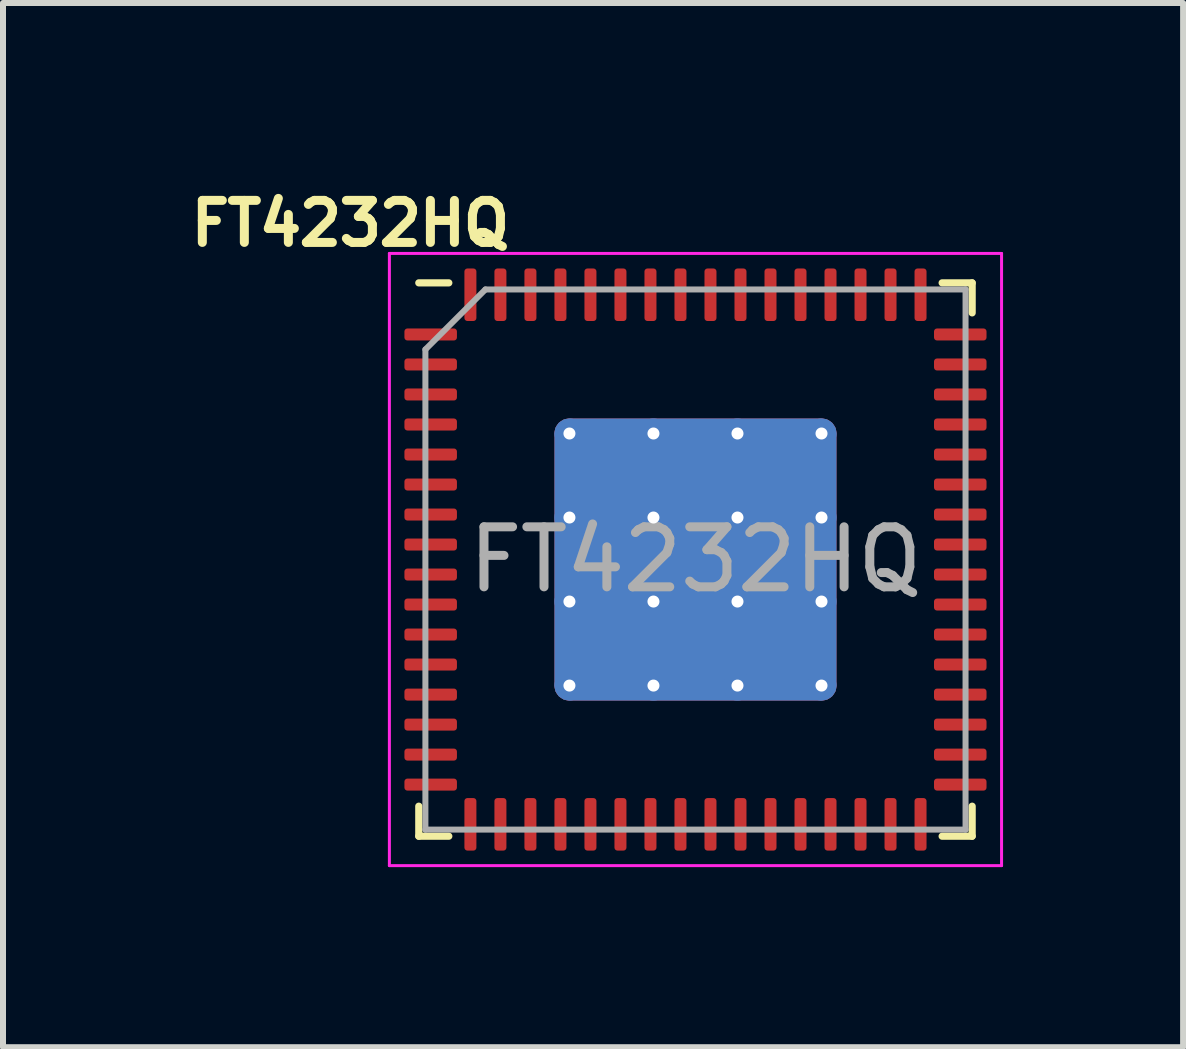
<source format=kicad_pcb>
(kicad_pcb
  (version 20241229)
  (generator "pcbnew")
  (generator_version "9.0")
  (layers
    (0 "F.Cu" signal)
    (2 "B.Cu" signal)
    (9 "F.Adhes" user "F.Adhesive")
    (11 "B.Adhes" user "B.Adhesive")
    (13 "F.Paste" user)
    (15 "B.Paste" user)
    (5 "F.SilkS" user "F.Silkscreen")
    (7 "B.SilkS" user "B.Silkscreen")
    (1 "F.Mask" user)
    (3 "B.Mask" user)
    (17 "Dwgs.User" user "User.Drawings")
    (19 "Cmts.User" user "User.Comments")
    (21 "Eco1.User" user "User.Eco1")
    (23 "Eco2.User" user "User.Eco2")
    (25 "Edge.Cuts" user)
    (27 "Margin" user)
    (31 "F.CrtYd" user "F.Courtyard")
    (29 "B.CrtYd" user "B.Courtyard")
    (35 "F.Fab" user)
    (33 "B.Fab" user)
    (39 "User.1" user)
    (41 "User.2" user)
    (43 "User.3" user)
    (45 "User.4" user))
  (footprint "FT4232HQ"
    (layer "F.Cu")
    (at 8.538 6.273)
    (property "Reference" "FT4232HQ" (at -5.75 -5.6 0) (layer "F.SilkS") (effects (font (size 0.7 0.7) (thickness 0.15))))
    (attr smd)
    (fp_line (start -4.61 4.61) (end -4.61 4.11) (stroke (width 0.12) (type solid)) (layer "F.SilkS"))
    (fp_line (start -4.11 -4.61) (end -4.61 -4.61) (stroke (width 0.12) (type solid)) (layer "F.SilkS"))
    (fp_line (start -4.11 4.61) (end -4.61 4.61) (stroke (width 0.12) (type solid)) (layer "F.SilkS"))
    (fp_line (start 4.11 -4.61) (end 4.61 -4.61) (stroke (width 0.12) (type solid)) (layer "F.SilkS"))
    (fp_line (start 4.11 4.61) (end 4.61 4.61) (stroke (width 0.12) (type solid)) (layer "F.SilkS"))
    (fp_line (start 4.61 -4.61) (end 4.61 -4.11) (stroke (width 0.12) (type solid)) (layer "F.SilkS"))
    (fp_line (start 4.61 4.61) (end 4.61 4.11) (stroke (width 0.12) (type solid)) (layer "F.SilkS"))
    (fp_line (start -5.1 -5.1) (end -5.1 5.1) (stroke (width 0.05) (type solid)) (layer "F.CrtYd"))
    (fp_line (start -5.1 5.1) (end 5.1 5.1) (stroke (width 0.05) (type solid)) (layer "F.CrtYd"))
    (fp_line (start 5.1 -5.1) (end -5.1 -5.1) (stroke (width 0.05) (type solid)) (layer "F.CrtYd"))
    (fp_line (start 5.1 5.1) (end 5.1 -5.1) (stroke (width 0.05) (type solid)) (layer "F.CrtYd"))
    (fp_line (start -4.5 -3.5) (end -3.5 -4.5) (stroke (width 0.1) (type solid)) (layer "F.Fab"))
    (fp_line (start -4.5 4.5) (end -4.5 -3.5) (stroke (width 0.1) (type solid)) (layer "F.Fab"))
    (fp_line (start -3.5 -4.5) (end 4.5 -4.5) (stroke (width 0.1) (type solid)) (layer "F.Fab"))
    (fp_line (start 4.5 -4.5) (end 4.5 4.5) (stroke (width 0.1) (type solid)) (layer "F.Fab"))
    (fp_line (start 4.5 4.5) (end -4.5 4.5) (stroke (width 0.1) (type solid)) (layer "F.Fab"))
    (fp_text user "${REFERENCE}" (at 0 0 0) (layer "F.Fab") (effects (font (size 1 1) (thickness 0.15))))
    (pad "" smd roundrect (at -1.4 -1.4) (size 1.05 1.05) (layers "F.Paste") (roundrect_rratio 0.198))
    (pad "" smd roundrect (at -1.4 0) (size 1.05 1.05) (layers "F.Paste") (roundrect_rratio 0.198))
    (pad "" smd roundrect (at -1.4 1.4) (size 1.05 1.05) (layers "F.Paste") (roundrect_rratio 0.198))
    (pad "" smd roundrect (at 0 -1.4) (size 1.05 1.05) (layers "F.Paste") (roundrect_rratio 0.198))
    (pad "" smd roundrect (at 0 0) (size 1.05 1.05) (layers "F.Paste") (roundrect_rratio 0.198))
    (pad "" smd roundrect (at 0 1.4) (size 1.05 1.05) (layers "F.Paste") (roundrect_rratio 0.198))
    (pad "" smd roundrect (at 1.4 -1.4) (size 1.05 1.05) (layers "F.Paste") (roundrect_rratio 0.198))
    (pad "" smd roundrect (at 1.4 0) (size 1.05 1.05) (layers "F.Paste") (roundrect_rratio 0.198))
    (pad "" smd roundrect (at 1.4 1.4) (size 1.05 1.05) (layers "F.Paste") (roundrect_rratio 0.198))
    (pad "1" smd roundrect (at -4.412 -3.75) (size 0.875 0.2) (layers "F.Cu" "F.Mask" "F.Paste") (roundrect_rratio 0.25))
    (pad "2" smd roundrect (at -4.412 -3.25) (size 0.875 0.2) (layers "F.Cu" "F.Mask" "F.Paste") (roundrect_rratio 0.25))
    (pad "3" smd roundrect (at -4.412 -2.75) (size 0.875 0.2) (layers "F.Cu" "F.Mask" "F.Paste") (roundrect_rratio 0.25))
    (pad "4" smd roundrect (at -4.412 -2.25) (size 0.875 0.2) (layers "F.Cu" "F.Mask" "F.Paste") (roundrect_rratio 0.25))
    (pad "5" smd roundrect (at -4.412 -1.75) (size 0.875 0.2) (layers "F.Cu" "F.Mask" "F.Paste") (roundrect_rratio 0.25))
    (pad "6" smd roundrect (at -4.412 -1.25) (size 0.875 0.2) (layers "F.Cu" "F.Mask" "F.Paste") (roundrect_rratio 0.25))
    (pad "7" smd roundrect (at -4.412 -0.75) (size 0.875 0.2) (layers "F.Cu" "F.Mask" "F.Paste") (roundrect_rratio 0.25))
    (pad "8" smd roundrect (at -4.412 -0.25) (size 0.875 0.2) (layers "F.Cu" "F.Mask" "F.Paste") (roundrect_rratio 0.25))
    (pad "9" smd roundrect (at -4.412 0.25) (size 0.875 0.2) (layers "F.Cu" "F.Mask" "F.Paste") (roundrect_rratio 0.25))
    (pad "10" smd roundrect (at -4.412 0.75) (size 0.875 0.2) (layers "F.Cu" "F.Mask" "F.Paste") (roundrect_rratio 0.25))
    (pad "11" smd roundrect (at -4.412 1.25) (size 0.875 0.2) (layers "F.Cu" "F.Mask" "F.Paste") (roundrect_rratio 0.25))
    (pad "12" smd roundrect (at -4.412 1.75) (size 0.875 0.2) (layers "F.Cu" "F.Mask" "F.Paste") (roundrect_rratio 0.25))
    (pad "13" smd roundrect (at -4.412 2.25) (size 0.875 0.2) (layers "F.Cu" "F.Mask" "F.Paste") (roundrect_rratio 0.25))
    (pad "14" smd roundrect (at -4.412 2.75) (size 0.875 0.2) (layers "F.Cu" "F.Mask" "F.Paste") (roundrect_rratio 0.25))
    (pad "15" smd roundrect (at -4.412 3.25) (size 0.875 0.2) (layers "F.Cu" "F.Mask" "F.Paste") (roundrect_rratio 0.25))
    (pad "16" smd roundrect (at -4.412 3.75) (size 0.875 0.2) (layers "F.Cu" "F.Mask" "F.Paste") (roundrect_rratio 0.25))
    (pad "17" smd roundrect (at -3.75 4.412) (size 0.2 0.875) (layers "F.Cu" "F.Mask" "F.Paste") (roundrect_rratio 0.25))
    (pad "18" smd roundrect (at -3.25 4.412) (size 0.2 0.875) (layers "F.Cu" "F.Mask" "F.Paste") (roundrect_rratio 0.25))
    (pad "19" smd roundrect (at -2.75 4.412) (size 0.2 0.875) (layers "F.Cu" "F.Mask" "F.Paste") (roundrect_rratio 0.25))
    (pad "20" smd roundrect (at -2.25 4.412) (size 0.2 0.875) (layers "F.Cu" "F.Mask" "F.Paste") (roundrect_rratio 0.25))
    (pad "21" smd roundrect (at -1.75 4.412) (size 0.2 0.875) (layers "F.Cu" "F.Mask" "F.Paste") (roundrect_rratio 0.25))
    (pad "22" smd roundrect (at -1.25 4.412) (size 0.2 0.875) (layers "F.Cu" "F.Mask" "F.Paste") (roundrect_rratio 0.25))
    (pad "23" smd roundrect (at -0.75 4.412) (size 0.2 0.875) (layers "F.Cu" "F.Mask" "F.Paste") (roundrect_rratio 0.25))
    (pad "24" smd roundrect (at -0.25 4.412) (size 0.2 0.875) (layers "F.Cu" "F.Mask" "F.Paste") (roundrect_rratio 0.25))
    (pad "25" smd roundrect (at 0.25 4.412) (size 0.2 0.875) (layers "F.Cu" "F.Mask" "F.Paste") (roundrect_rratio 0.25))
    (pad "26" smd roundrect (at 0.75 4.412) (size 0.2 0.875) (layers "F.Cu" "F.Mask" "F.Paste") (roundrect_rratio 0.25))
    (pad "27" smd roundrect (at 1.25 4.412) (size 0.2 0.875) (layers "F.Cu" "F.Mask" "F.Paste") (roundrect_rratio 0.25))
    (pad "28" smd roundrect (at 1.75 4.412) (size 0.2 0.875) (layers "F.Cu" "F.Mask" "F.Paste") (roundrect_rratio 0.25))
    (pad "29" smd roundrect (at 2.25 4.412) (size 0.2 0.875) (layers "F.Cu" "F.Mask" "F.Paste") (roundrect_rratio 0.25))
    (pad "30" smd roundrect (at 2.75 4.412) (size 0.2 0.875) (layers "F.Cu" "F.Mask" "F.Paste") (roundrect_rratio 0.25))
    (pad "31" smd roundrect (at 3.25 4.412) (size 0.2 0.875) (layers "F.Cu" "F.Mask" "F.Paste") (roundrect_rratio 0.25))
    (pad "32" smd roundrect (at 3.75 4.412) (size 0.2 0.875) (layers "F.Cu" "F.Mask" "F.Paste") (roundrect_rratio 0.25))
    (pad "33" smd roundrect (at 4.412 3.75) (size 0.875 0.2) (layers "F.Cu" "F.Mask" "F.Paste") (roundrect_rratio 0.25))
    (pad "34" smd roundrect (at 4.412 3.25) (size 0.875 0.2) (layers "F.Cu" "F.Mask" "F.Paste") (roundrect_rratio 0.25))
    (pad "35" smd roundrect (at 4.412 2.75) (size 0.875 0.2) (layers "F.Cu" "F.Mask" "F.Paste") (roundrect_rratio 0.25))
    (pad "36" smd roundrect (at 4.412 2.25) (size 0.875 0.2) (layers "F.Cu" "F.Mask" "F.Paste") (roundrect_rratio 0.25))
    (pad "37" smd roundrect (at 4.412 1.75) (size 0.875 0.2) (layers "F.Cu" "F.Mask" "F.Paste") (roundrect_rratio 0.25))
    (pad "38" smd roundrect (at 4.412 1.25) (size 0.875 0.2) (layers "F.Cu" "F.Mask" "F.Paste") (roundrect_rratio 0.25))
    (pad "39" smd roundrect (at 4.412 0.75) (size 0.875 0.2) (layers "F.Cu" "F.Mask" "F.Paste") (roundrect_rratio 0.25))
    (pad "40" smd roundrect (at 4.412 0.25) (size 0.875 0.2) (layers "F.Cu" "F.Mask" "F.Paste") (roundrect_rratio 0.25))
    (pad "41" smd roundrect (at 4.412 -0.25) (size 0.875 0.2) (layers "F.Cu" "F.Mask" "F.Paste") (roundrect_rratio 0.25))
    (pad "42" smd roundrect (at 4.412 -0.75) (size 0.875 0.2) (layers "F.Cu" "F.Mask" "F.Paste") (roundrect_rratio 0.25))
    (pad "43" smd roundrect (at 4.412 -1.25) (size 0.875 0.2) (layers "F.Cu" "F.Mask" "F.Paste") (roundrect_rratio 0.25))
    (pad "44" smd roundrect (at 4.412 -1.75) (size 0.875 0.2) (layers "F.Cu" "F.Mask" "F.Paste") (roundrect_rratio 0.25))
    (pad "45" smd roundrect (at 4.412 -2.25) (size 0.875 0.2) (layers "F.Cu" "F.Mask" "F.Paste") (roundrect_rratio 0.25))
    (pad "46" smd roundrect (at 4.412 -2.75) (size 0.875 0.2) (layers "F.Cu" "F.Mask" "F.Paste") (roundrect_rratio 0.25))
    (pad "47" smd roundrect (at 4.412 -3.25) (size 0.875 0.2) (layers "F.Cu" "F.Mask" "F.Paste") (roundrect_rratio 0.25))
    (pad "48" smd roundrect (at 4.412 -3.75) (size 0.875 0.2) (layers "F.Cu" "F.Mask" "F.Paste") (roundrect_rratio 0.25))
    (pad "49" smd roundrect (at 3.75 -4.412) (size 0.2 0.875) (layers "F.Cu" "F.Mask" "F.Paste") (roundrect_rratio 0.25))
    (pad "50" smd roundrect (at 3.25 -4.412) (size 0.2 0.875) (layers "F.Cu" "F.Mask" "F.Paste") (roundrect_rratio 0.25))
    (pad "51" smd roundrect (at 2.75 -4.412) (size 0.2 0.875) (layers "F.Cu" "F.Mask" "F.Paste") (roundrect_rratio 0.25))
    (pad "52" smd roundrect (at 2.25 -4.412) (size 0.2 0.875) (layers "F.Cu" "F.Mask" "F.Paste") (roundrect_rratio 0.25))
    (pad "53" smd roundrect (at 1.75 -4.412) (size 0.2 0.875) (layers "F.Cu" "F.Mask" "F.Paste") (roundrect_rratio 0.25))
    (pad "54" smd roundrect (at 1.25 -4.412) (size 0.2 0.875) (layers "F.Cu" "F.Mask" "F.Paste") (roundrect_rratio 0.25))
    (pad "55" smd roundrect (at 0.75 -4.412) (size 0.2 0.875) (layers "F.Cu" "F.Mask" "F.Paste") (roundrect_rratio 0.25))
    (pad "56" smd roundrect (at 0.25 -4.412) (size 0.2 0.875) (layers "F.Cu" "F.Mask" "F.Paste") (roundrect_rratio 0.25))
    (pad "57" smd roundrect (at -0.25 -4.412) (size 0.2 0.875) (layers "F.Cu" "F.Mask" "F.Paste") (roundrect_rratio 0.25))
    (pad "58" smd roundrect (at -0.75 -4.412) (size 0.2 0.875) (layers "F.Cu" "F.Mask" "F.Paste") (roundrect_rratio 0.25))
    (pad "59" smd roundrect (at -1.25 -4.412) (size 0.2 0.875) (layers "F.Cu" "F.Mask" "F.Paste") (roundrect_rratio 0.25))
    (pad "60" smd roundrect (at -1.75 -4.412) (size 0.2 0.875) (layers "F.Cu" "F.Mask" "F.Paste") (roundrect_rratio 0.25))
    (pad "61" smd roundrect (at -2.25 -4.412) (size 0.2 0.875) (layers "F.Cu" "F.Mask" "F.Paste") (roundrect_rratio 0.25))
    (pad "62" smd roundrect (at -2.75 -4.412) (size 0.2 0.875) (layers "F.Cu" "F.Mask" "F.Paste") (roundrect_rratio 0.25))
    (pad "63" smd roundrect (at -3.25 -4.412) (size 0.2 0.875) (layers "F.Cu" "F.Mask" "F.Paste") (roundrect_rratio 0.25))
    (pad "64" smd roundrect (at -3.75 -4.412) (size 0.2 0.875) (layers "F.Cu" "F.Mask" "F.Paste") (roundrect_rratio 0.25))
    (pad "65" thru_hole circle (at -2.1 -2.1) (size 0.5 0.5) (drill 0.2) (layers "*.Cu"))
    (pad "65" thru_hole circle (at -2.1 -0.7) (size 0.5 0.5) (drill 0.2) (layers "*.Cu"))
    (pad "65" thru_hole circle (at -2.1 0.7) (size 0.5 0.5) (drill 0.2) (layers "*.Cu"))
    (pad "65" thru_hole circle (at -2.1 2.1) (size 0.5 0.5) (drill 0.2) (layers "*.Cu"))
    (pad "65" thru_hole circle (at -0.7 -2.1) (size 0.5 0.5) (drill 0.2) (layers "*.Cu"))
    (pad "65" thru_hole circle (at -0.7 -0.7) (size 0.5 0.5) (drill 0.2) (layers "*.Cu"))
    (pad "65" thru_hole circle (at -0.7 0.7) (size 0.5 0.5) (drill 0.2) (layers "*.Cu"))
    (pad "65" thru_hole circle (at -0.7 2.1) (size 0.5 0.5) (drill 0.2) (layers "*.Cu"))
    (pad "65" smd roundrect (at 0 0) (size 4.7 4.7) (layers "F.Cu" "F.Mask") (roundrect_rratio 0.053))
    (pad "65" smd roundrect (at 0 0) (size 4.7 4.7) (layers "B.Cu") (roundrect_rratio 0.053))
    (pad "65" thru_hole circle (at 0.7 -2.1) (size 0.5 0.5) (drill 0.2) (layers "*.Cu"))
    (pad "65" thru_hole circle (at 0.7 -0.7) (size 0.5 0.5) (drill 0.2) (layers "*.Cu"))
    (pad "65" thru_hole circle (at 0.7 0.7) (size 0.5 0.5) (drill 0.2) (layers "*.Cu"))
    (pad "65" thru_hole circle (at 0.7 2.1) (size 0.5 0.5) (drill 0.2) (layers "*.Cu"))
    (pad "65" thru_hole circle (at 2.1 -2.1) (size 0.5 0.5) (drill 0.2) (layers "*.Cu"))
    (pad "65" thru_hole circle (at 2.1 -0.7) (size 0.5 0.5) (drill 0.2) (layers "*.Cu"))
    (pad "65" thru_hole circle (at 2.1 0.7) (size 0.5 0.5) (drill 0.2) (layers "*.Cu"))
    (pad "65" thru_hole circle (at 2.1 2.1) (size 0.5 0.5) (drill 0.2) (layers "*.Cu")))
  (gr_rect
    (start -3 -3)
    (end 16.663 14.398)
    (stroke (width 0.1) (type default))
    (fill no)
    (layer "Edge.Cuts")))
</source>
